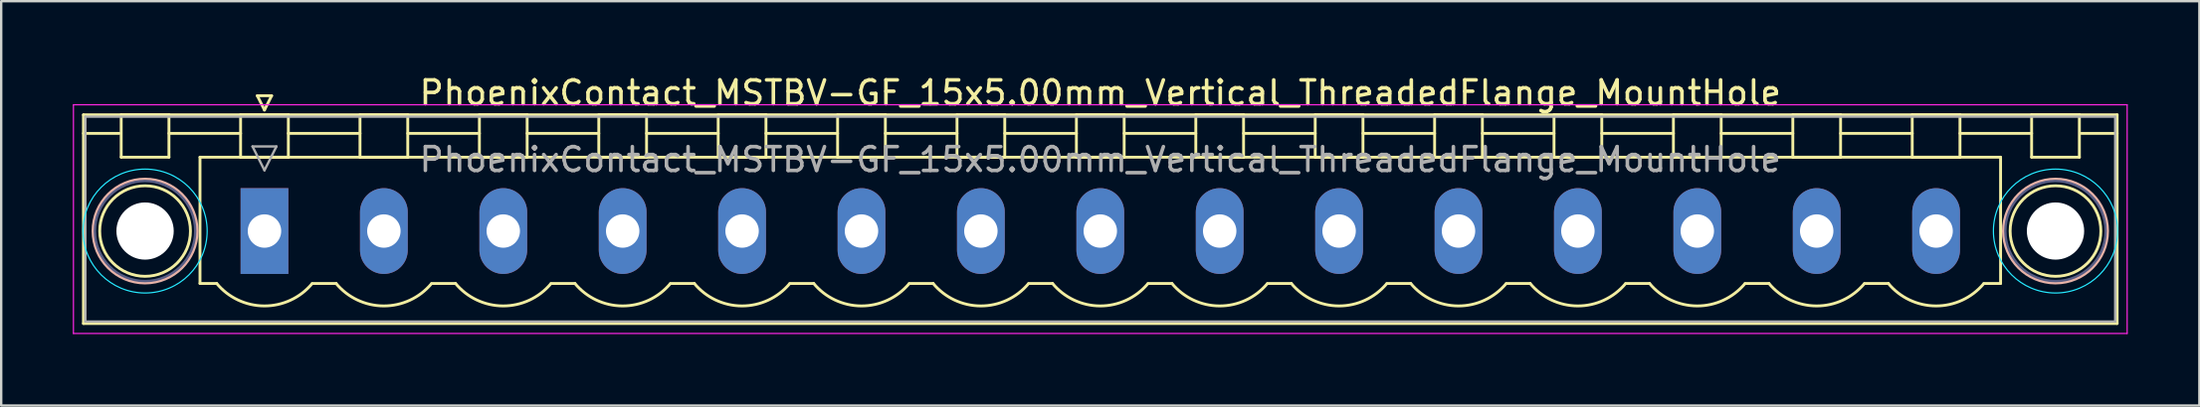
<source format=kicad_pcb>
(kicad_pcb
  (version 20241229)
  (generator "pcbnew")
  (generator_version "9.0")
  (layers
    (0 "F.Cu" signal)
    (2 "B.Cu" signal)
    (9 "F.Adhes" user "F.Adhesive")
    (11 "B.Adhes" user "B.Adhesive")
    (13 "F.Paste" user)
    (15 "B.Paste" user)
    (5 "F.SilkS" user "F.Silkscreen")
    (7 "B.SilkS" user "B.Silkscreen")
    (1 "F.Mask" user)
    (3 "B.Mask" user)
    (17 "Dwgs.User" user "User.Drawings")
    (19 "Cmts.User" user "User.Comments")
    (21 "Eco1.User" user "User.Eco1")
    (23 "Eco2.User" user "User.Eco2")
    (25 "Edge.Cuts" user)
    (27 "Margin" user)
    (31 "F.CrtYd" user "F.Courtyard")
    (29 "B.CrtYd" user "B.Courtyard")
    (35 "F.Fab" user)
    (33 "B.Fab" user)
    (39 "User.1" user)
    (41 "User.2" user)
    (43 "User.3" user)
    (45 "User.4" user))
  (footprint "PhoenixContact_MSTBV-GF_15x5.00mm_Vertical_ThreadedFlange_MountHole"
    (layer "F.Cu")
    (at 8.025 6.648)
    (property "Reference" "PhoenixContact_MSTBV-GF_15x5.00mm_Vertical_ThreadedFlange_MountHole" (at 35 -5.8 0) (layer "F.SilkS") (effects (font (size 1 1) (thickness 0.15))))
    (attr through_hole)
    (fp_line (start -7.58 -4.88) (end -7.58 3.88) (stroke (width 0.12) (type solid)) (layer "F.SilkS"))
    (fp_line (start -7.58 -4.1) (end -6.08 -4.1) (stroke (width 0.12) (type solid)) (layer "F.SilkS"))
    (fp_line (start -7.58 3.88) (end 77.58 3.88) (stroke (width 0.12) (type solid)) (layer "F.SilkS"))
    (fp_line (start -6 -4.88) (end -4 -4.88) (stroke (width 0.12) (type solid)) (layer "F.SilkS"))
    (fp_line (start -6 -3.1) (end -6 -4.88) (stroke (width 0.12) (type solid)) (layer "F.SilkS"))
    (fp_line (start -4 -4.88) (end -4 -3.1) (stroke (width 0.12) (type solid)) (layer "F.SilkS"))
    (fp_line (start -4 -4.1) (end -1 -4.1) (stroke (width 0.12) (type solid)) (layer "F.SilkS"))
    (fp_line (start -4 -3.1) (end -6 -3.1) (stroke (width 0.12) (type solid)) (layer "F.SilkS"))
    (fp_line (start -2.7 -3.1) (end 72.7 -3.1) (stroke (width 0.12) (type solid)) (layer "F.SilkS"))
    (fp_line (start -2.7 2.2) (end -2.7 -3.1) (stroke (width 0.12) (type solid)) (layer "F.SilkS"))
    (fp_line (start -2 2.2) (end -2.7 2.2) (stroke (width 0.12) (type solid)) (layer "F.SilkS"))
    (fp_line (start -1 -4.88) (end 1 -4.88) (stroke (width 0.12) (type solid)) (layer "F.SilkS"))
    (fp_line (start -1 -3.1) (end -1 -4.88) (stroke (width 0.12) (type solid)) (layer "F.SilkS"))
    (fp_line (start -0.3 -5.68) (end 0.3 -5.68) (stroke (width 0.12) (type solid)) (layer "F.SilkS"))
    (fp_line (start 0 -5.08) (end -0.3 -5.68) (stroke (width 0.12) (type solid)) (layer "F.SilkS"))
    (fp_line (start 0.3 -5.68) (end 0 -5.08) (stroke (width 0.12) (type solid)) (layer "F.SilkS"))
    (fp_line (start 1 -4.88) (end 1 -3.1) (stroke (width 0.12) (type solid)) (layer "F.SilkS"))
    (fp_line (start 1 -4.1) (end 4 -4.1) (stroke (width 0.12) (type solid)) (layer "F.SilkS"))
    (fp_line (start 1 -3.1) (end -1 -3.1) (stroke (width 0.12) (type solid)) (layer "F.SilkS"))
    (fp_line (start 2 2.2) (end 3 2.2) (stroke (width 0.12) (type solid)) (layer "F.SilkS"))
    (fp_line (start 4 -4.88) (end 6 -4.88) (stroke (width 0.12) (type solid)) (layer "F.SilkS"))
    (fp_line (start 4 -3.1) (end 4 -4.88) (stroke (width 0.12) (type solid)) (layer "F.SilkS"))
    (fp_line (start 6 -4.88) (end 6 -3.1) (stroke (width 0.12) (type solid)) (layer "F.SilkS"))
    (fp_line (start 6 -4.1) (end 9 -4.1) (stroke (width 0.12) (type solid)) (layer "F.SilkS"))
    (fp_line (start 6 -3.1) (end 4 -3.1) (stroke (width 0.12) (type solid)) (layer "F.SilkS"))
    (fp_line (start 7 2.2) (end 8 2.2) (stroke (width 0.12) (type solid)) (layer "F.SilkS"))
    (fp_line (start 9 -4.88) (end 11 -4.88) (stroke (width 0.12) (type solid)) (layer "F.SilkS"))
    (fp_line (start 9 -3.1) (end 9 -4.88) (stroke (width 0.12) (type solid)) (layer "F.SilkS"))
    (fp_line (start 11 -4.88) (end 11 -3.1) (stroke (width 0.12) (type solid)) (layer "F.SilkS"))
    (fp_line (start 11 -4.1) (end 14 -4.1) (stroke (width 0.12) (type solid)) (layer "F.SilkS"))
    (fp_line (start 11 -3.1) (end 9 -3.1) (stroke (width 0.12) (type solid)) (layer "F.SilkS"))
    (fp_line (start 12 2.2) (end 13 2.2) (stroke (width 0.12) (type solid)) (layer "F.SilkS"))
    (fp_line (start 14 -4.88) (end 16 -4.88) (stroke (width 0.12) (type solid)) (layer "F.SilkS"))
    (fp_line (start 14 -3.1) (end 14 -4.88) (stroke (width 0.12) (type solid)) (layer "F.SilkS"))
    (fp_line (start 16 -4.88) (end 16 -3.1) (stroke (width 0.12) (type solid)) (layer "F.SilkS"))
    (fp_line (start 16 -4.1) (end 19 -4.1) (stroke (width 0.12) (type solid)) (layer "F.SilkS"))
    (fp_line (start 16 -3.1) (end 14 -3.1) (stroke (width 0.12) (type solid)) (layer "F.SilkS"))
    (fp_line (start 17 2.2) (end 18 2.2) (stroke (width 0.12) (type solid)) (layer "F.SilkS"))
    (fp_line (start 19 -4.88) (end 21 -4.88) (stroke (width 0.12) (type solid)) (layer "F.SilkS"))
    (fp_line (start 19 -3.1) (end 19 -4.88) (stroke (width 0.12) (type solid)) (layer "F.SilkS"))
    (fp_line (start 21 -4.88) (end 21 -3.1) (stroke (width 0.12) (type solid)) (layer "F.SilkS"))
    (fp_line (start 21 -4.1) (end 24 -4.1) (stroke (width 0.12) (type solid)) (layer "F.SilkS"))
    (fp_line (start 21 -3.1) (end 19 -3.1) (stroke (width 0.12) (type solid)) (layer "F.SilkS"))
    (fp_line (start 22 2.2) (end 23 2.2) (stroke (width 0.12) (type solid)) (layer "F.SilkS"))
    (fp_line (start 24 -4.88) (end 26 -4.88) (stroke (width 0.12) (type solid)) (layer "F.SilkS"))
    (fp_line (start 24 -3.1) (end 24 -4.88) (stroke (width 0.12) (type solid)) (layer "F.SilkS"))
    (fp_line (start 26 -4.88) (end 26 -3.1) (stroke (width 0.12) (type solid)) (layer "F.SilkS"))
    (fp_line (start 26 -4.1) (end 29 -4.1) (stroke (width 0.12) (type solid)) (layer "F.SilkS"))
    (fp_line (start 26 -3.1) (end 24 -3.1) (stroke (width 0.12) (type solid)) (layer "F.SilkS"))
    (fp_line (start 27 2.2) (end 28 2.2) (stroke (width 0.12) (type solid)) (layer "F.SilkS"))
    (fp_line (start 29 -4.88) (end 31 -4.88) (stroke (width 0.12) (type solid)) (layer "F.SilkS"))
    (fp_line (start 29 -3.1) (end 29 -4.88) (stroke (width 0.12) (type solid)) (layer "F.SilkS"))
    (fp_line (start 31 -4.88) (end 31 -3.1) (stroke (width 0.12) (type solid)) (layer "F.SilkS"))
    (fp_line (start 31 -4.1) (end 34 -4.1) (stroke (width 0.12) (type solid)) (layer "F.SilkS"))
    (fp_line (start 31 -3.1) (end 29 -3.1) (stroke (width 0.12) (type solid)) (layer "F.SilkS"))
    (fp_line (start 32 2.2) (end 33 2.2) (stroke (width 0.12) (type solid)) (layer "F.SilkS"))
    (fp_line (start 34 -4.88) (end 36 -4.88) (stroke (width 0.12) (type solid)) (layer "F.SilkS"))
    (fp_line (start 34 -3.1) (end 34 -4.88) (stroke (width 0.12) (type solid)) (layer "F.SilkS"))
    (fp_line (start 36 -4.88) (end 36 -3.1) (stroke (width 0.12) (type solid)) (layer "F.SilkS"))
    (fp_line (start 36 -4.1) (end 39 -4.1) (stroke (width 0.12) (type solid)) (layer "F.SilkS"))
    (fp_line (start 36 -3.1) (end 34 -3.1) (stroke (width 0.12) (type solid)) (layer "F.SilkS"))
    (fp_line (start 37 2.2) (end 38 2.2) (stroke (width 0.12) (type solid)) (layer "F.SilkS"))
    (fp_line (start 39 -4.88) (end 41 -4.88) (stroke (width 0.12) (type solid)) (layer "F.SilkS"))
    (fp_line (start 39 -3.1) (end 39 -4.88) (stroke (width 0.12) (type solid)) (layer "F.SilkS"))
    (fp_line (start 41 -4.88) (end 41 -3.1) (stroke (width 0.12) (type solid)) (layer "F.SilkS"))
    (fp_line (start 41 -4.1) (end 44 -4.1) (stroke (width 0.12) (type solid)) (layer "F.SilkS"))
    (fp_line (start 41 -3.1) (end 39 -3.1) (stroke (width 0.12) (type solid)) (layer "F.SilkS"))
    (fp_line (start 42 2.2) (end 43 2.2) (stroke (width 0.12) (type solid)) (layer "F.SilkS"))
    (fp_line (start 44 -4.88) (end 46 -4.88) (stroke (width 0.12) (type solid)) (layer "F.SilkS"))
    (fp_line (start 44 -3.1) (end 44 -4.88) (stroke (width 0.12) (type solid)) (layer "F.SilkS"))
    (fp_line (start 46 -4.88) (end 46 -3.1) (stroke (width 0.12) (type solid)) (layer "F.SilkS"))
    (fp_line (start 46 -4.1) (end 49 -4.1) (stroke (width 0.12) (type solid)) (layer "F.SilkS"))
    (fp_line (start 46 -3.1) (end 44 -3.1) (stroke (width 0.12) (type solid)) (layer "F.SilkS"))
    (fp_line (start 47 2.2) (end 48 2.2) (stroke (width 0.12) (type solid)) (layer "F.SilkS"))
    (fp_line (start 49 -4.88) (end 51 -4.88) (stroke (width 0.12) (type solid)) (layer "F.SilkS"))
    (fp_line (start 49 -3.1) (end 49 -4.88) (stroke (width 0.12) (type solid)) (layer "F.SilkS"))
    (fp_line (start 51 -4.88) (end 51 -3.1) (stroke (width 0.12) (type solid)) (layer "F.SilkS"))
    (fp_line (start 51 -4.1) (end 54 -4.1) (stroke (width 0.12) (type solid)) (layer "F.SilkS"))
    (fp_line (start 51 -3.1) (end 49 -3.1) (stroke (width 0.12) (type solid)) (layer "F.SilkS"))
    (fp_line (start 52 2.2) (end 53 2.2) (stroke (width 0.12) (type solid)) (layer "F.SilkS"))
    (fp_line (start 54 -4.88) (end 56 -4.88) (stroke (width 0.12) (type solid)) (layer "F.SilkS"))
    (fp_line (start 54 -3.1) (end 54 -4.88) (stroke (width 0.12) (type solid)) (layer "F.SilkS"))
    (fp_line (start 56 -4.88) (end 56 -3.1) (stroke (width 0.12) (type solid)) (layer "F.SilkS"))
    (fp_line (start 56 -4.1) (end 59 -4.1) (stroke (width 0.12) (type solid)) (layer "F.SilkS"))
    (fp_line (start 56 -3.1) (end 54 -3.1) (stroke (width 0.12) (type solid)) (layer "F.SilkS"))
    (fp_line (start 57 2.2) (end 58 2.2) (stroke (width 0.12) (type solid)) (layer "F.SilkS"))
    (fp_line (start 59 -4.88) (end 61 -4.88) (stroke (width 0.12) (type solid)) (layer "F.SilkS"))
    (fp_line (start 59 -3.1) (end 59 -4.88) (stroke (width 0.12) (type solid)) (layer "F.SilkS"))
    (fp_line (start 61 -4.88) (end 61 -3.1) (stroke (width 0.12) (type solid)) (layer "F.SilkS"))
    (fp_line (start 61 -4.1) (end 64 -4.1) (stroke (width 0.12) (type solid)) (layer "F.SilkS"))
    (fp_line (start 61 -3.1) (end 59 -3.1) (stroke (width 0.12) (type solid)) (layer "F.SilkS"))
    (fp_line (start 62 2.2) (end 63 2.2) (stroke (width 0.12) (type solid)) (layer "F.SilkS"))
    (fp_line (start 64 -4.88) (end 66 -4.88) (stroke (width 0.12) (type solid)) (layer "F.SilkS"))
    (fp_line (start 64 -3.1) (end 64 -4.88) (stroke (width 0.12) (type solid)) (layer "F.SilkS"))
    (fp_line (start 66 -4.88) (end 66 -3.1) (stroke (width 0.12) (type solid)) (layer "F.SilkS"))
    (fp_line (start 66 -4.1) (end 69 -4.1) (stroke (width 0.12) (type solid)) (layer "F.SilkS"))
    (fp_line (start 66 -3.1) (end 64 -3.1) (stroke (width 0.12) (type solid)) (layer "F.SilkS"))
    (fp_line (start 67 2.2) (end 68 2.2) (stroke (width 0.12) (type solid)) (layer "F.SilkS"))
    (fp_line (start 69 -4.88) (end 71 -4.88) (stroke (width 0.12) (type solid)) (layer "F.SilkS"))
    (fp_line (start 69 -3.1) (end 69 -4.88) (stroke (width 0.12) (type solid)) (layer "F.SilkS"))
    (fp_line (start 71 -4.88) (end 71 -3.1) (stroke (width 0.12) (type solid)) (layer "F.SilkS"))
    (fp_line (start 71 -4.1) (end 74 -4.1) (stroke (width 0.12) (type solid)) (layer "F.SilkS"))
    (fp_line (start 71 -3.1) (end 69 -3.1) (stroke (width 0.12) (type solid)) (layer "F.SilkS"))
    (fp_line (start 72.7 -3.1) (end 72.7 2.2) (stroke (width 0.12) (type solid)) (layer "F.SilkS"))
    (fp_line (start 72.7 2.2) (end 72 2.2) (stroke (width 0.12) (type solid)) (layer "F.SilkS"))
    (fp_line (start 74 -4.88) (end 76 -4.88) (stroke (width 0.12) (type solid)) (layer "F.SilkS"))
    (fp_line (start 74 -3.1) (end 74 -4.88) (stroke (width 0.12) (type solid)) (layer "F.SilkS"))
    (fp_line (start 76 -4.88) (end 76 -3.1) (stroke (width 0.12) (type solid)) (layer "F.SilkS"))
    (fp_line (start 76 -3.1) (end 74 -3.1) (stroke (width 0.12) (type solid)) (layer "F.SilkS"))
    (fp_line (start 77.58 -4.88) (end -7.58 -4.88) (stroke (width 0.12) (type solid)) (layer "F.SilkS"))
    (fp_line (start 77.58 -4.1) (end 76.08 -4.1) (stroke (width 0.12) (type solid)) (layer "F.SilkS"))
    (fp_line (start 77.58 3.88) (end 77.58 -4.88) (stroke (width 0.12) (type solid)) (layer "F.SilkS"))
    (fp_arc (start 1.986842 2.215821) (mid -0.010289 3.142758) (end -2 2.2) (stroke (width 0.12) (type solid)) (layer "F.SilkS"))
    (fp_arc (start 6.986842 2.215821) (mid 4.989711 3.142758) (end 3 2.2) (stroke (width 0.12) (type solid)) (layer "F.SilkS"))
    (fp_arc (start 11.986842 2.215821) (mid 9.989711 3.142758) (end 8 2.2) (stroke (width 0.12) (type solid)) (layer "F.SilkS"))
    (fp_arc (start 16.986842 2.215821) (mid 14.989711 3.142758) (end 13 2.2) (stroke (width 0.12) (type solid)) (layer "F.SilkS"))
    (fp_arc (start 21.986842 2.215821) (mid 19.989711 3.142758) (end 18 2.2) (stroke (width 0.12) (type solid)) (layer "F.SilkS"))
    (fp_arc (start 26.986842 2.215821) (mid 24.989711 3.142758) (end 23 2.2) (stroke (width 0.12) (type solid)) (layer "F.SilkS"))
    (fp_arc (start 31.986842 2.215821) (mid 29.989711 3.142758) (end 28 2.2) (stroke (width 0.12) (type solid)) (layer "F.SilkS"))
    (fp_arc (start 36.986842 2.215821) (mid 34.989711 3.142758) (end 33 2.2) (stroke (width 0.12) (type solid)) (layer "F.SilkS"))
    (fp_arc (start 41.986842 2.215821) (mid 39.989711 3.142758) (end 38 2.2) (stroke (width 0.12) (type solid)) (layer "F.SilkS"))
    (fp_arc (start 46.986842 2.215821) (mid 44.989711 3.142758) (end 43 2.2) (stroke (width 0.12) (type solid)) (layer "F.SilkS"))
    (fp_arc (start 51.986842 2.215821) (mid 49.989711 3.142758) (end 48 2.2) (stroke (width 0.12) (type solid)) (layer "F.SilkS"))
    (fp_arc (start 56.986842 2.215821) (mid 54.989711 3.142758) (end 53 2.2) (stroke (width 0.12) (type solid)) (layer "F.SilkS"))
    (fp_arc (start 61.986842 2.215821) (mid 59.989711 3.142758) (end 58 2.2) (stroke (width 0.12) (type solid)) (layer "F.SilkS"))
    (fp_arc (start 66.986842 2.215821) (mid 64.989711 3.142758) (end 63 2.2) (stroke (width 0.12) (type solid)) (layer "F.SilkS"))
    (fp_arc (start 71.986842 2.215821) (mid 69.989711 3.142758) (end 68 2.2) (stroke (width 0.12) (type solid)) (layer "F.SilkS"))
    (fp_circle (center -5 0) (end -3.1 0) (stroke (width 0.12) (type solid)) (fill no) (layer "F.SilkS"))
    (fp_circle (center 75 0) (end 76.9 0) (stroke (width 0.12) (type solid)) (fill no) (layer "F.SilkS"))
    (fp_circle (center -5 0) (end -2.82 0) (stroke (width 0.12) (type solid)) (fill no) (layer "B.SilkS"))
    (fp_circle (center 75 0) (end 77.18 0) (stroke (width 0.12) (type solid)) (fill no) (layer "B.SilkS"))
    (fp_circle (center -5 0) (end -2.4 0) (stroke (width 0.05) (type solid)) (fill no) (layer "B.CrtYd"))
    (fp_circle (center 75 0) (end 77.6 0) (stroke (width 0.05) (type solid)) (fill no) (layer "B.CrtYd"))
    (fp_line (start -8 -5.3) (end -8 4.3) (stroke (width 0.05) (type solid)) (layer "F.CrtYd"))
    (fp_line (start -8 4.3) (end 78 4.3) (stroke (width 0.05) (type solid)) (layer "F.CrtYd"))
    (fp_line (start 78 -5.3) (end -8 -5.3) (stroke (width 0.05) (type solid)) (layer "F.CrtYd"))
    (fp_line (start 78 4.3) (end 78 -5.3) (stroke (width 0.05) (type solid)) (layer "F.CrtYd"))
    (fp_circle (center -5 0) (end -2.9 0) (stroke (width 0.1) (type solid)) (fill no) (layer "B.Fab"))
    (fp_circle (center 75 0) (end 77.1 0) (stroke (width 0.1) (type solid)) (fill no) (layer "B.Fab"))
    (fp_line (start -7.5 -4.8) (end -7.5 3.8) (stroke (width 0.1) (type solid)) (layer "F.Fab"))
    (fp_line (start -7.5 3.8) (end 77.5 3.8) (stroke (width 0.1) (type solid)) (layer "F.Fab"))
    (fp_line (start -0.5 -3.55) (end 0.5 -3.55) (stroke (width 0.1) (type solid)) (layer "F.Fab"))
    (fp_line (start 0 -2.55) (end -0.5 -3.55) (stroke (width 0.1) (type solid)) (layer "F.Fab"))
    (fp_line (start 0.5 -3.55) (end 0 -2.55) (stroke (width 0.1) (type solid)) (layer "F.Fab"))
    (fp_line (start 77.5 -4.8) (end -7.5 -4.8) (stroke (width 0.1) (type solid)) (layer "F.Fab"))
    (fp_line (start 77.5 3.8) (end 77.5 -4.8) (stroke (width 0.1) (type solid)) (layer "F.Fab"))
    (fp_text user "${REFERENCE}" (at 35 -3 0) (layer "F.Fab") (effects (font (size 1 1) (thickness 0.15))))
    (pad "" np_thru_hole circle (at -5 0) (size 2.4 2.4) (drill 2.4) (layers "*.Cu" "*.Mask"))
    (pad "" np_thru_hole circle (at 75 0) (size 2.4 2.4) (drill 2.4) (layers "*.Cu" "*.Mask"))
    (pad "1" thru_hole rect (at 0 0) (size 2 3.6) (drill 1.4) (layers "*.Cu" "*.Mask"))
    (pad "2" thru_hole oval (at 5 0) (size 2 3.6) (drill 1.4) (layers "*.Cu" "*.Mask"))
    (pad "3" thru_hole oval (at 10 0) (size 2 3.6) (drill 1.4) (layers "*.Cu" "*.Mask"))
    (pad "4" thru_hole oval (at 15 0) (size 2 3.6) (drill 1.4) (layers "*.Cu" "*.Mask"))
    (pad "5" thru_hole oval (at 20 0) (size 2 3.6) (drill 1.4) (layers "*.Cu" "*.Mask"))
    (pad "6" thru_hole oval (at 25 0) (size 2 3.6) (drill 1.4) (layers "*.Cu" "*.Mask"))
    (pad "7" thru_hole oval (at 30 0) (size 2 3.6) (drill 1.4) (layers "*.Cu" "*.Mask"))
    (pad "8" thru_hole oval (at 35 0) (size 2 3.6) (drill 1.4) (layers "*.Cu" "*.Mask"))
    (pad "9" thru_hole oval (at 40 0) (size 2 3.6) (drill 1.4) (layers "*.Cu" "*.Mask"))
    (pad "10" thru_hole oval (at 45 0) (size 2 3.6) (drill 1.4) (layers "*.Cu" "*.Mask"))
    (pad "11" thru_hole oval (at 50 0) (size 2 3.6) (drill 1.4) (layers "*.Cu" "*.Mask"))
    (pad "12" thru_hole oval (at 55 0) (size 2 3.6) (drill 1.4) (layers "*.Cu" "*.Mask"))
    (pad "13" thru_hole oval (at 60 0) (size 2 3.6) (drill 1.4) (layers "*.Cu" "*.Mask"))
    (pad "14" thru_hole oval (at 65 0) (size 2 3.6) (drill 1.4) (layers "*.Cu" "*.Mask"))
    (pad "15" thru_hole oval (at 70 0) (size 2 3.6) (drill 1.4) (layers "*.Cu" "*.Mask")))
  (gr_rect
    (start -3 -3)
    (end 89.05 13.973)
    (stroke (width 0.1) (type default))
    (fill no)
    (layer "Edge.Cuts")))
</source>
